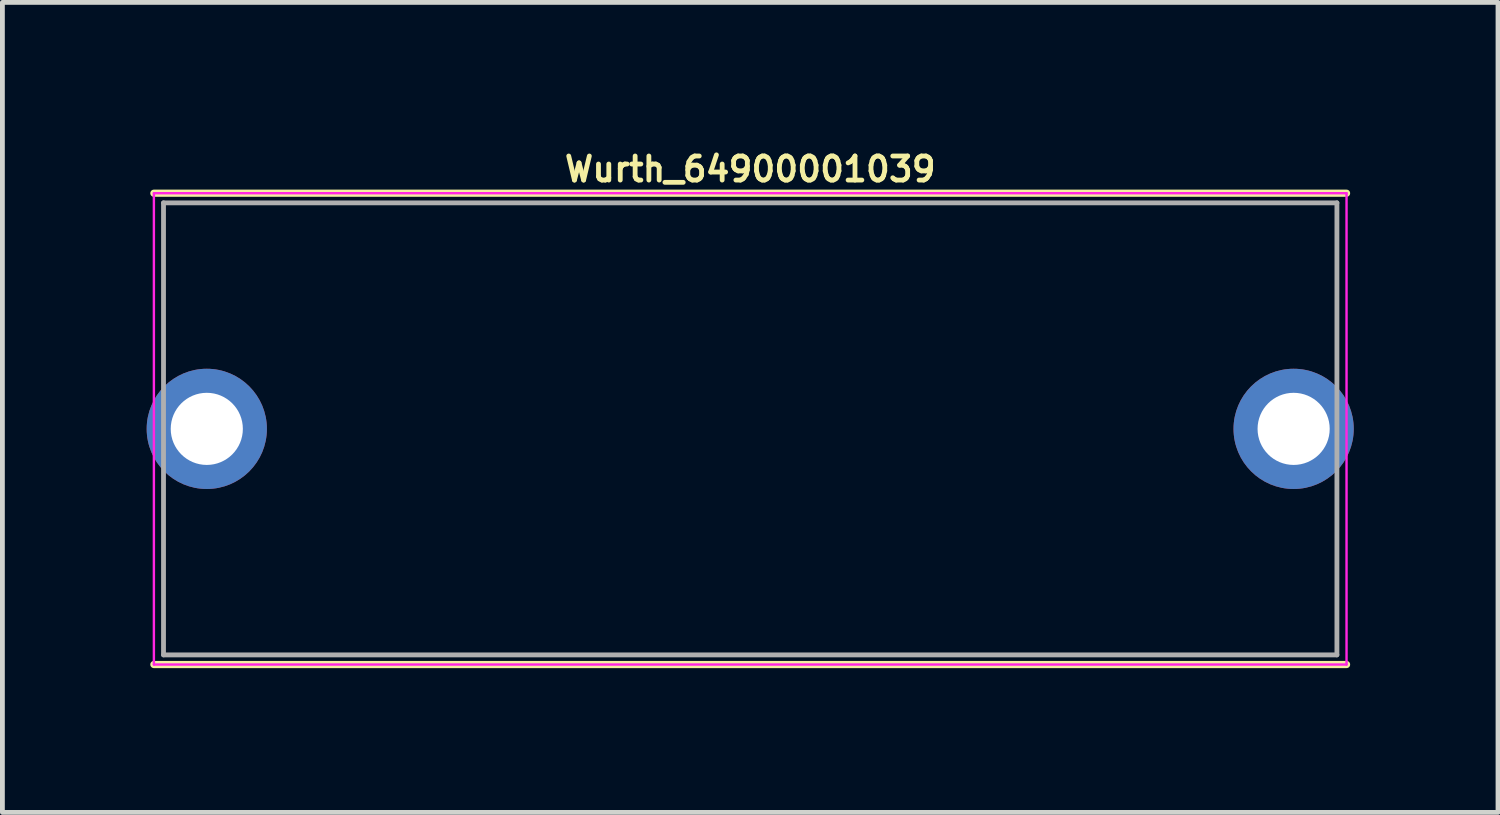
<source format=kicad_pcb>
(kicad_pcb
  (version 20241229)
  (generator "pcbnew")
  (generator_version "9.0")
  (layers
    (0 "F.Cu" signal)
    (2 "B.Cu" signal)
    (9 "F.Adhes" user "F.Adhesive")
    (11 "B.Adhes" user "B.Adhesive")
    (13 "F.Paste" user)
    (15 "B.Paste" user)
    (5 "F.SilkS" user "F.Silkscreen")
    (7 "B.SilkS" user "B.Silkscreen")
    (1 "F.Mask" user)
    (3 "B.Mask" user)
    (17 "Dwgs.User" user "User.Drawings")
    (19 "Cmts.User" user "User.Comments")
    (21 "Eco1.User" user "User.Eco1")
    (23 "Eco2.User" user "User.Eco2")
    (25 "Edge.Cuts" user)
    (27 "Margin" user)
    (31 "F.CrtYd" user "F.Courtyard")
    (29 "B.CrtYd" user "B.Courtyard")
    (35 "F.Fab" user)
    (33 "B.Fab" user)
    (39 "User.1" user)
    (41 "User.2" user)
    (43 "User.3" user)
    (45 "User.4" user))
  (footprint "Wurth_64900001039"
    (layer "F.Cu")
    (at 12.55 5.868)
    (property "Reference" "Wurth_64900001039" (at 0 -5.4 0) (layer "F.SilkS") (effects (font (size 0.5 0.5) (thickness 0.1))))
    (attr through_hole)
    (fp_line (start -12.4 -4.9) (end 12.4 -4.9) (stroke (width 0.15) (type solid)) (layer "F.SilkS"))
    (fp_line (start 12.4 4.9) (end -12.4 4.9) (stroke (width 0.15) (type solid)) (layer "F.SilkS"))
    (fp_line (start -12.4 -4.9) (end -12.4 4.9) (stroke (width 0.05) (type solid)) (layer "F.CrtYd"))
    (fp_line (start -12.4 -4.9) (end 12.4 -4.9) (stroke (width 0.05) (type solid)) (layer "F.CrtYd"))
    (fp_line (start -12.4 4.9) (end 12.4 4.9) (stroke (width 0.05) (type solid)) (layer "F.CrtYd"))
    (fp_line (start 12.4 -4.9) (end 12.4 4.9) (stroke (width 0.05) (type solid)) (layer "F.CrtYd"))
    (fp_line (start -12.2 -4.7) (end -12.2 4.7) (stroke (width 0.1) (type solid)) (layer "F.Fab"))
    (fp_line (start -12.2 -4.7) (end 12.2 -4.7) (stroke (width 0.1) (type solid)) (layer "F.Fab"))
    (fp_line (start 12.2 4.7) (end -12.2 4.7) (stroke (width 0.1) (type solid)) (layer "F.Fab"))
    (fp_line (start 12.2 4.7) (end 12.2 -4.7) (stroke (width 0.1) (type solid)) (layer "F.Fab"))
    (pad "1" thru_hole circle (at -11.3 0) (size 2.5 2.5) (drill 1.5) (layers "*.Cu" "*.Mask"))
    (pad "2" thru_hole circle (at 11.3 0) (size 2.5 2.5) (drill 1.5) (layers "*.Cu" "*.Mask")))
  (gr_rect
    (start -3 -3)
    (end 28.1 13.843)
    (stroke (width 0.1) (type default))
    (fill no)
    (layer "Edge.Cuts")))
</source>
